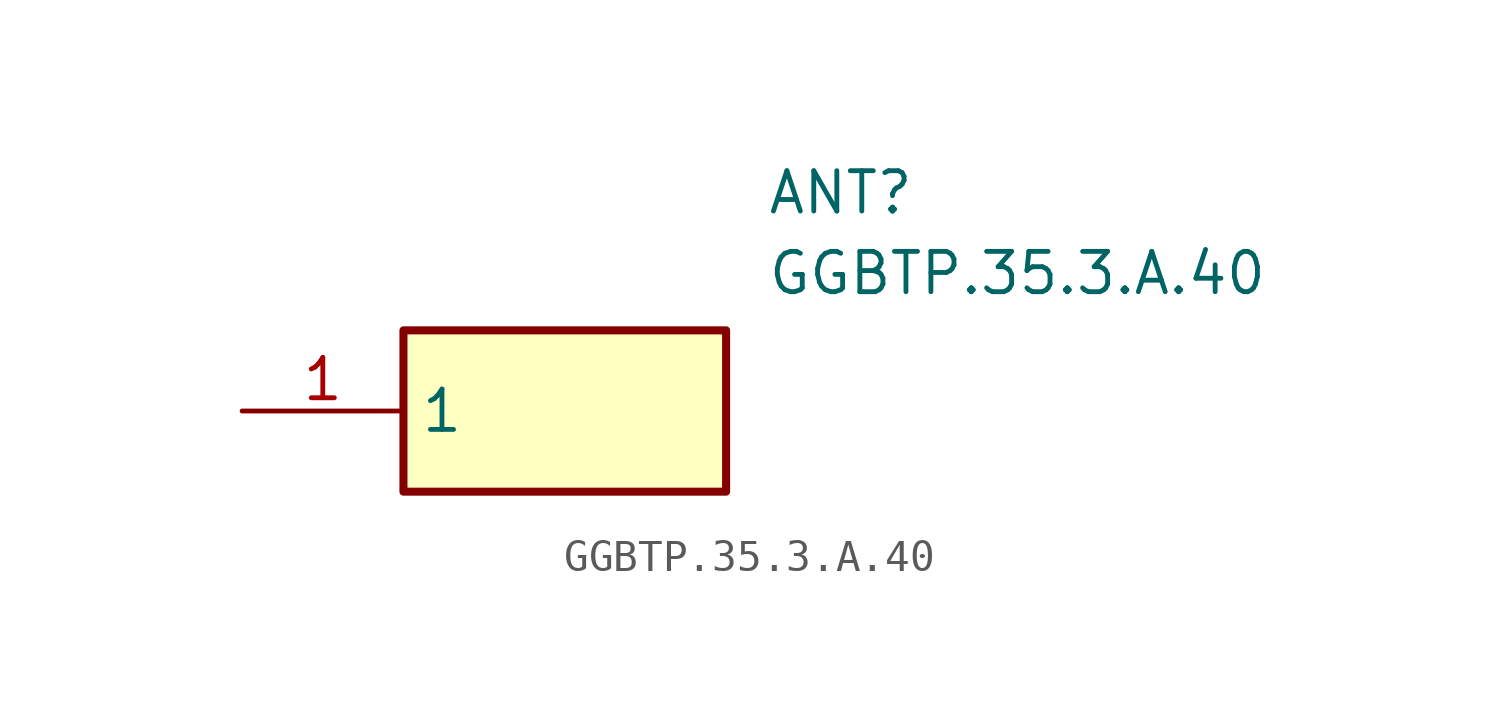
<source format=kicad_sym>
(kicad_symbol_lib
  (version 20211014)
  (generator SamacSys_ECAD_Model)
  (symbol "GGBTP.35.3.A.40"
    (property "Reference" "ANT"
      (at 16.51 7.62 0)
      (effects (font (size 1.27 1.27)) (justify left top)))
    (property "Value" "GGBTP.35.3.A.40"
      (at 16.51 5.08 0)
      (effects (font (size 1.27 1.27)) (justify left top)))
    (rectangle
      (start 5.08 2.54)
      (end 15.24 -2.54)
      (stroke (width 0.254) (type default))
      (fill (type background)))
    (pin passive line
      (at 0 0 0)
      (length 5.08)
      (name "1" (effects (font (size 1.27 1.27))))
      (number "1" (effects (font (size 1.27 1.27)))))))
</source>
